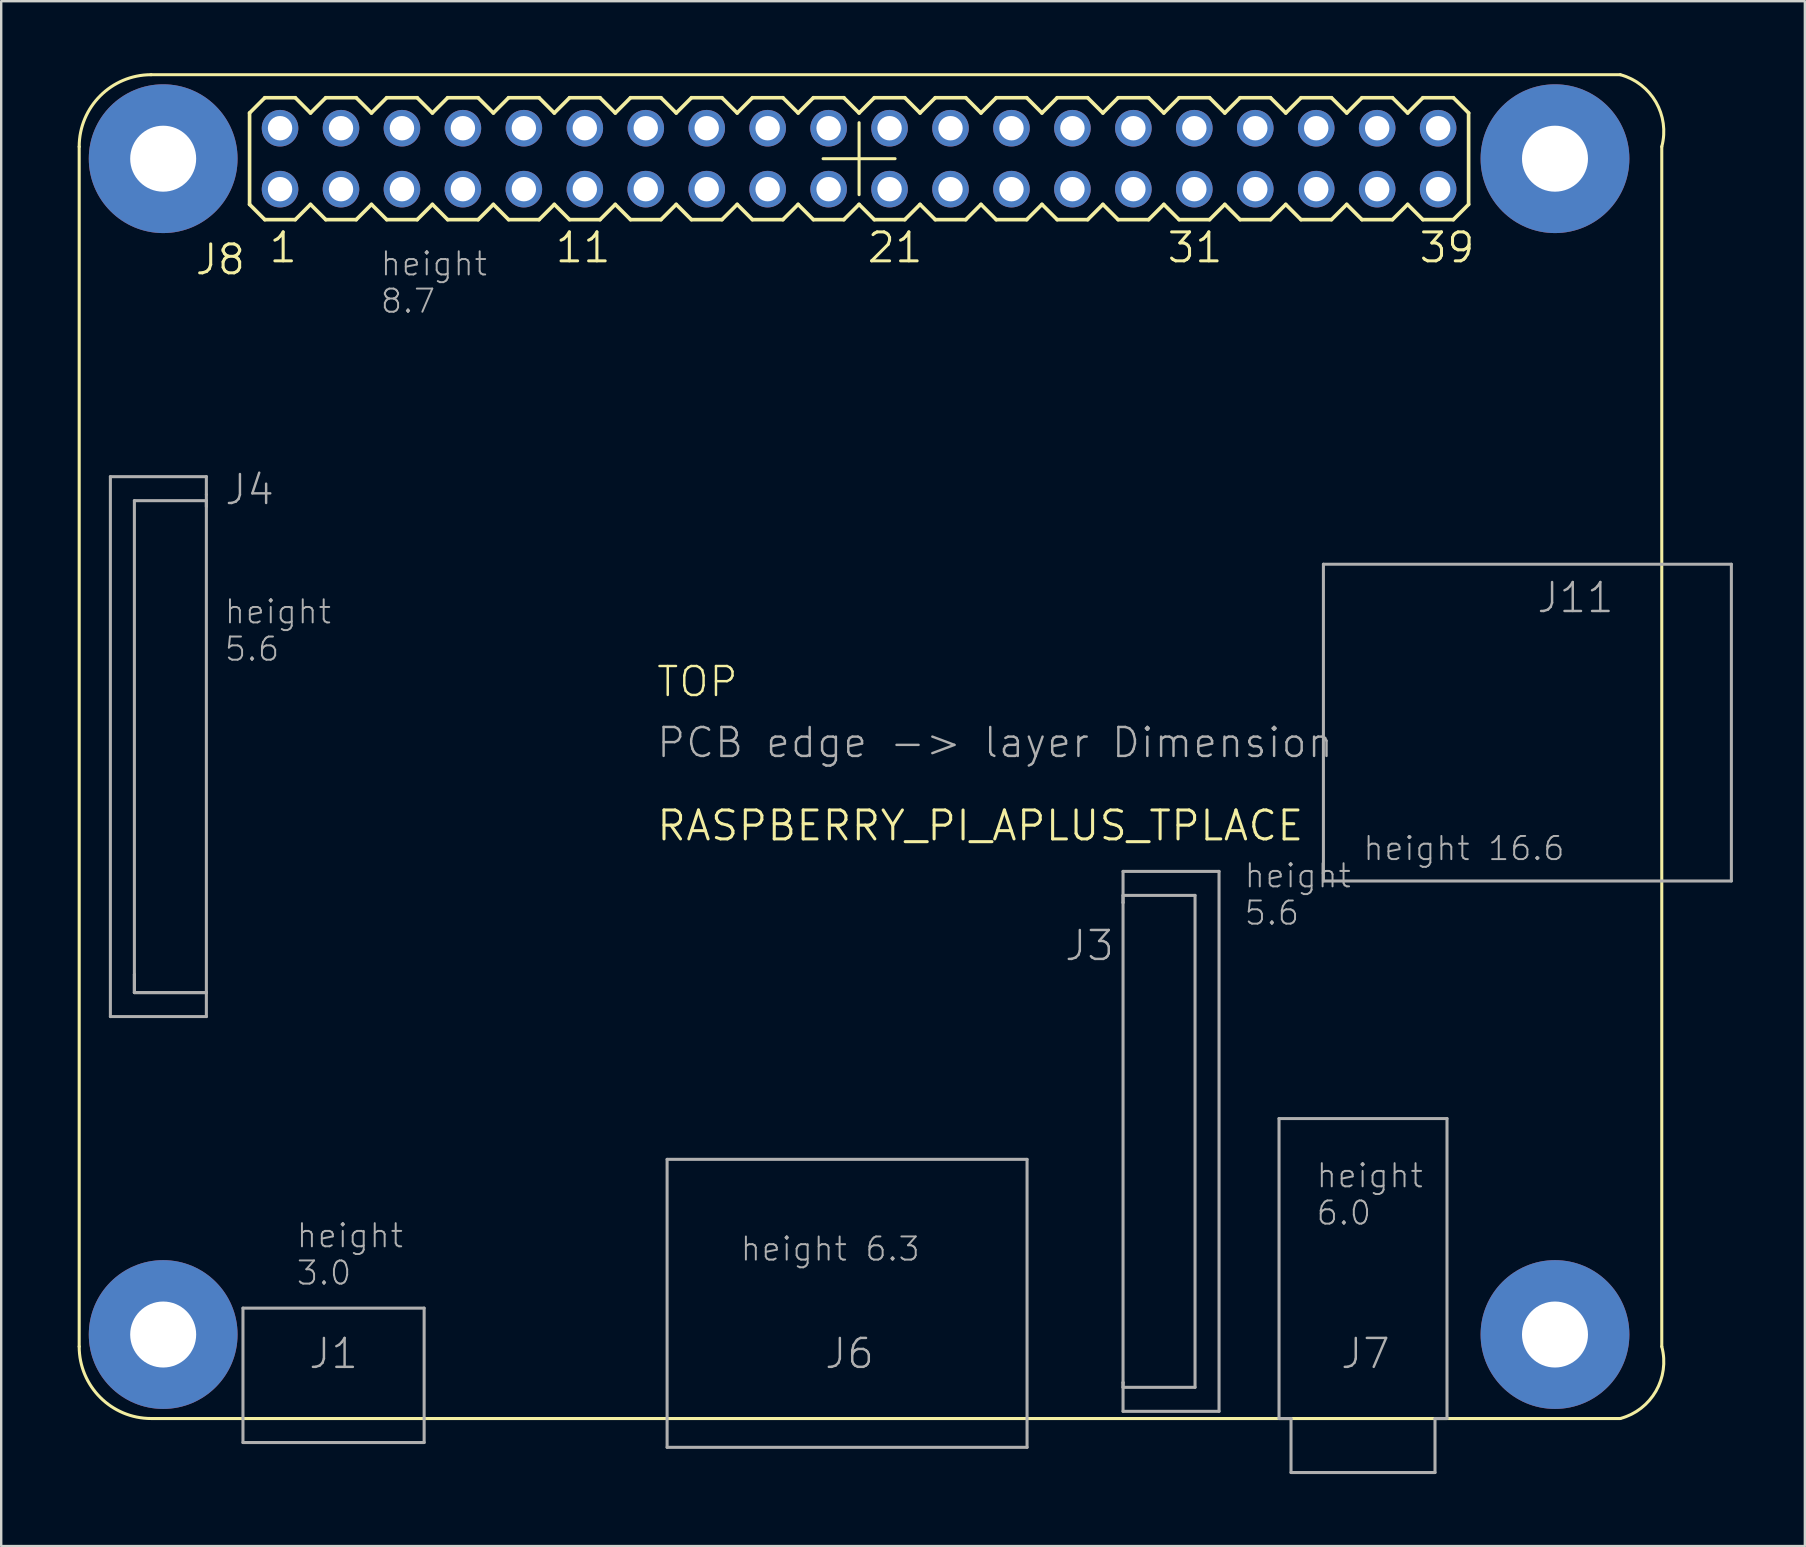
<source format=kicad_pcb>
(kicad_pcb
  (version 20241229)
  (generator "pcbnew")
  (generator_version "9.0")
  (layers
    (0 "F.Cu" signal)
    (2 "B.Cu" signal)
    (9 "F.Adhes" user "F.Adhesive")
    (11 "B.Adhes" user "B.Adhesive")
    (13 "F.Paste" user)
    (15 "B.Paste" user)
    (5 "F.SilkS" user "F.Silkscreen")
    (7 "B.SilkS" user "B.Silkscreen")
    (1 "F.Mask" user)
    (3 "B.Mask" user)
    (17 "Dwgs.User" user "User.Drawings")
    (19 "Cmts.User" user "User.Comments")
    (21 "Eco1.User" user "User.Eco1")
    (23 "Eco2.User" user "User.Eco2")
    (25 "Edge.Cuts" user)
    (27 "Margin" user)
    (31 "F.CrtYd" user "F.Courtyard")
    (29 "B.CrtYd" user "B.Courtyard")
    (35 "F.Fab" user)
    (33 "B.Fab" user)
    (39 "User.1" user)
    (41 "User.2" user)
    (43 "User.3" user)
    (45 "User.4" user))
  (footprint "RASPBERRY_PI_APLUS_TPLACE"
    (layer "F.Cu")
    (at 0.25 56.063)
    (property "Reference" "RASPBERRY_PI_APLUS_TPLACE" (at 24 -24 0) (layer "F.SilkS") (effects (font (size 1.206 1.206) (thickness 0.127)) (justify left bottom)))
    (attr through_hole)
    (fp_line (start 0 -53) (end 0 -3) (stroke (width 0.127) (type solid)) (layer "F.SilkS"))
    (fp_line (start 3 0) (end 64.22 0) (stroke (width 0.127) (type solid)) (layer "F.SilkS"))
    (fp_line (start 7.1 -54.405) (end 7.1 -50.595) (stroke (width 0.152) (type solid)) (layer "F.SilkS"))
    (fp_line (start 7.1 -50.595) (end 7.735 -49.96) (stroke (width 0.152) (type solid)) (layer "F.SilkS"))
    (fp_line (start 7.735 -55.04) (end 7.1 -54.405) (stroke (width 0.152) (type solid)) (layer "F.SilkS"))
    (fp_line (start 7.735 -55.04) (end 9.005 -55.04) (stroke (width 0.152) (type solid)) (layer "F.SilkS"))
    (fp_line (start 9.005 -55.04) (end 9.64 -54.405) (stroke (width 0.152) (type solid)) (layer "F.SilkS"))
    (fp_line (start 9.005 -49.96) (end 7.735 -49.96) (stroke (width 0.152) (type solid)) (layer "F.SilkS"))
    (fp_line (start 9.64 -54.405) (end 10.275 -55.04) (stroke (width 0.152) (type solid)) (layer "F.SilkS"))
    (fp_line (start 9.64 -50.595) (end 9.005 -49.96) (stroke (width 0.152) (type solid)) (layer "F.SilkS"))
    (fp_line (start 10.275 -55.04) (end 11.545 -55.04) (stroke (width 0.152) (type solid)) (layer "F.SilkS"))
    (fp_line (start 10.275 -49.96) (end 9.64 -50.595) (stroke (width 0.152) (type solid)) (layer "F.SilkS"))
    (fp_line (start 11.545 -55.04) (end 12.18 -54.405) (stroke (width 0.152) (type solid)) (layer "F.SilkS"))
    (fp_line (start 11.545 -49.96) (end 10.275 -49.96) (stroke (width 0.152) (type solid)) (layer "F.SilkS"))
    (fp_line (start 12.18 -54.405) (end 12.815 -55.04) (stroke (width 0.152) (type solid)) (layer "F.SilkS"))
    (fp_line (start 12.18 -50.595) (end 11.545 -49.96) (stroke (width 0.152) (type solid)) (layer "F.SilkS"))
    (fp_line (start 12.815 -55.04) (end 14.085 -55.04) (stroke (width 0.152) (type solid)) (layer "F.SilkS"))
    (fp_line (start 12.815 -49.96) (end 12.18 -50.595) (stroke (width 0.152) (type solid)) (layer "F.SilkS"))
    (fp_line (start 14.085 -55.04) (end 14.72 -54.405) (stroke (width 0.152) (type solid)) (layer "F.SilkS"))
    (fp_line (start 14.085 -49.96) (end 12.815 -49.96) (stroke (width 0.152) (type solid)) (layer "F.SilkS"))
    (fp_line (start 14.72 -50.595) (end 14.085 -49.96) (stroke (width 0.152) (type solid)) (layer "F.SilkS"))
    (fp_line (start 14.72 -50.595) (end 15.355 -49.96) (stroke (width 0.152) (type solid)) (layer "F.SilkS"))
    (fp_line (start 15.355 -55.04) (end 14.72 -54.405) (stroke (width 0.152) (type solid)) (layer "F.SilkS"))
    (fp_line (start 15.355 -55.04) (end 16.625 -55.04) (stroke (width 0.152) (type solid)) (layer "F.SilkS"))
    (fp_line (start 16.625 -55.04) (end 17.26 -54.405) (stroke (width 0.152) (type solid)) (layer "F.SilkS"))
    (fp_line (start 16.625 -49.96) (end 15.355 -49.96) (stroke (width 0.152) (type solid)) (layer "F.SilkS"))
    (fp_line (start 17.26 -54.405) (end 17.895 -55.04) (stroke (width 0.152) (type solid)) (layer "F.SilkS"))
    (fp_line (start 17.26 -50.595) (end 16.625 -49.96) (stroke (width 0.152) (type solid)) (layer "F.SilkS"))
    (fp_line (start 17.895 -55.04) (end 19.165 -55.04) (stroke (width 0.152) (type solid)) (layer "F.SilkS"))
    (fp_line (start 17.895 -49.96) (end 17.26 -50.595) (stroke (width 0.152) (type solid)) (layer "F.SilkS"))
    (fp_line (start 19.165 -55.04) (end 19.8 -54.405) (stroke (width 0.152) (type solid)) (layer "F.SilkS"))
    (fp_line (start 19.165 -49.96) (end 17.895 -49.96) (stroke (width 0.152) (type solid)) (layer "F.SilkS"))
    (fp_line (start 19.8 -54.405) (end 20.435 -55.04) (stroke (width 0.152) (type solid)) (layer "F.SilkS"))
    (fp_line (start 19.8 -50.595) (end 19.165 -49.96) (stroke (width 0.152) (type solid)) (layer "F.SilkS"))
    (fp_line (start 20.435 -55.04) (end 21.705 -55.04) (stroke (width 0.152) (type solid)) (layer "F.SilkS"))
    (fp_line (start 20.435 -49.96) (end 19.8 -50.595) (stroke (width 0.152) (type solid)) (layer "F.SilkS"))
    (fp_line (start 21.705 -55.04) (end 22.34 -54.405) (stroke (width 0.152) (type solid)) (layer "F.SilkS"))
    (fp_line (start 21.705 -49.96) (end 20.435 -49.96) (stroke (width 0.152) (type solid)) (layer "F.SilkS"))
    (fp_line (start 22.34 -54.405) (end 22.975 -55.04) (stroke (width 0.152) (type solid)) (layer "F.SilkS"))
    (fp_line (start 22.34 -50.595) (end 21.705 -49.96) (stroke (width 0.152) (type solid)) (layer "F.SilkS"))
    (fp_line (start 22.975 -55.04) (end 24.245 -55.04) (stroke (width 0.152) (type solid)) (layer "F.SilkS"))
    (fp_line (start 22.975 -49.96) (end 22.34 -50.595) (stroke (width 0.152) (type solid)) (layer "F.SilkS"))
    (fp_line (start 24.245 -55.04) (end 24.88 -54.405) (stroke (width 0.152) (type solid)) (layer "F.SilkS"))
    (fp_line (start 24.245 -49.96) (end 22.975 -49.96) (stroke (width 0.152) (type solid)) (layer "F.SilkS"))
    (fp_line (start 24.88 -50.595) (end 24.245 -49.96) (stroke (width 0.152) (type solid)) (layer "F.SilkS"))
    (fp_line (start 24.88 -50.595) (end 25.515 -49.96) (stroke (width 0.152) (type solid)) (layer "F.SilkS"))
    (fp_line (start 25.515 -55.04) (end 24.88 -54.405) (stroke (width 0.152) (type solid)) (layer "F.SilkS"))
    (fp_line (start 25.515 -55.04) (end 26.785 -55.04) (stroke (width 0.152) (type solid)) (layer "F.SilkS"))
    (fp_line (start 26.785 -55.04) (end 27.42 -54.405) (stroke (width 0.152) (type solid)) (layer "F.SilkS"))
    (fp_line (start 26.785 -49.96) (end 25.515 -49.96) (stroke (width 0.152) (type solid)) (layer "F.SilkS"))
    (fp_line (start 27.42 -54.405) (end 28.055 -55.04) (stroke (width 0.152) (type solid)) (layer "F.SilkS"))
    (fp_line (start 27.42 -50.595) (end 26.785 -49.96) (stroke (width 0.152) (type solid)) (layer "F.SilkS"))
    (fp_line (start 28.055 -55.04) (end 29.325 -55.04) (stroke (width 0.152) (type solid)) (layer "F.SilkS"))
    (fp_line (start 28.055 -49.96) (end 27.42 -50.595) (stroke (width 0.152) (type solid)) (layer "F.SilkS"))
    (fp_line (start 29.325 -55.04) (end 29.96 -54.405) (stroke (width 0.152) (type solid)) (layer "F.SilkS"))
    (fp_line (start 29.325 -49.96) (end 28.055 -49.96) (stroke (width 0.152) (type solid)) (layer "F.SilkS"))
    (fp_line (start 29.96 -54.405) (end 30.595 -55.04) (stroke (width 0.152) (type solid)) (layer "F.SilkS"))
    (fp_line (start 29.96 -50.595) (end 29.325 -49.96) (stroke (width 0.152) (type solid)) (layer "F.SilkS"))
    (fp_line (start 30.595 -55.04) (end 31.865 -55.04) (stroke (width 0.152) (type solid)) (layer "F.SilkS"))
    (fp_line (start 30.595 -49.96) (end 29.96 -50.595) (stroke (width 0.152) (type solid)) (layer "F.SilkS"))
    (fp_line (start 31 -52.5) (end 34 -52.5) (stroke (width 0.127) (type solid)) (layer "F.SilkS"))
    (fp_line (start 31.865 -55.04) (end 32.5 -54.405) (stroke (width 0.152) (type solid)) (layer "F.SilkS"))
    (fp_line (start 31.865 -49.96) (end 30.595 -49.96) (stroke (width 0.152) (type solid)) (layer "F.SilkS"))
    (fp_line (start 32.5 -54) (end 32.5 -51) (stroke (width 0.127) (type solid)) (layer "F.SilkS"))
    (fp_line (start 32.5 -50.595) (end 31.865 -49.96) (stroke (width 0.152) (type solid)) (layer "F.SilkS"))
    (fp_line (start 32.5 -50.595) (end 33.135 -49.96) (stroke (width 0.152) (type solid)) (layer "F.SilkS"))
    (fp_line (start 33.135 -55.04) (end 32.5 -54.405) (stroke (width 0.152) (type solid)) (layer "F.SilkS"))
    (fp_line (start 33.135 -55.04) (end 34.405 -55.04) (stroke (width 0.152) (type solid)) (layer "F.SilkS"))
    (fp_line (start 34.405 -55.04) (end 35.04 -54.405) (stroke (width 0.152) (type solid)) (layer "F.SilkS"))
    (fp_line (start 34.405 -49.96) (end 33.135 -49.96) (stroke (width 0.152) (type solid)) (layer "F.SilkS"))
    (fp_line (start 35.04 -54.405) (end 35.675 -55.04) (stroke (width 0.152) (type solid)) (layer "F.SilkS"))
    (fp_line (start 35.04 -50.595) (end 34.405 -49.96) (stroke (width 0.152) (type solid)) (layer "F.SilkS"))
    (fp_line (start 35.675 -55.04) (end 36.945 -55.04) (stroke (width 0.152) (type solid)) (layer "F.SilkS"))
    (fp_line (start 35.675 -49.96) (end 35.04 -50.595) (stroke (width 0.152) (type solid)) (layer "F.SilkS"))
    (fp_line (start 36.945 -55.04) (end 37.58 -54.405) (stroke (width 0.152) (type solid)) (layer "F.SilkS"))
    (fp_line (start 36.945 -49.96) (end 35.675 -49.96) (stroke (width 0.152) (type solid)) (layer "F.SilkS"))
    (fp_line (start 37.58 -54.405) (end 38.215 -55.04) (stroke (width 0.152) (type solid)) (layer "F.SilkS"))
    (fp_line (start 37.58 -50.595) (end 36.945 -49.96) (stroke (width 0.152) (type solid)) (layer "F.SilkS"))
    (fp_line (start 38.215 -55.04) (end 39.485 -55.04) (stroke (width 0.152) (type solid)) (layer "F.SilkS"))
    (fp_line (start 38.215 -49.96) (end 37.58 -50.595) (stroke (width 0.152) (type solid)) (layer "F.SilkS"))
    (fp_line (start 39.485 -55.04) (end 40.12 -54.405) (stroke (width 0.152) (type solid)) (layer "F.SilkS"))
    (fp_line (start 39.485 -49.96) (end 38.215 -49.96) (stroke (width 0.152) (type solid)) (layer "F.SilkS"))
    (fp_line (start 40.12 -54.405) (end 40.755 -55.04) (stroke (width 0.152) (type solid)) (layer "F.SilkS"))
    (fp_line (start 40.12 -50.595) (end 39.485 -49.96) (stroke (width 0.152) (type solid)) (layer "F.SilkS"))
    (fp_line (start 40.755 -55.04) (end 42.025 -55.04) (stroke (width 0.152) (type solid)) (layer "F.SilkS"))
    (fp_line (start 40.755 -49.96) (end 40.12 -50.595) (stroke (width 0.152) (type solid)) (layer "F.SilkS"))
    (fp_line (start 42.025 -55.04) (end 42.66 -54.405) (stroke (width 0.152) (type solid)) (layer "F.SilkS"))
    (fp_line (start 42.025 -49.96) (end 40.755 -49.96) (stroke (width 0.152) (type solid)) (layer "F.SilkS"))
    (fp_line (start 42.66 -50.595) (end 42.025 -49.96) (stroke (width 0.152) (type solid)) (layer "F.SilkS"))
    (fp_line (start 42.66 -50.595) (end 43.295 -49.96) (stroke (width 0.152) (type solid)) (layer "F.SilkS"))
    (fp_line (start 43.295 -55.04) (end 42.66 -54.405) (stroke (width 0.152) (type solid)) (layer "F.SilkS"))
    (fp_line (start 43.295 -55.04) (end 44.565 -55.04) (stroke (width 0.152) (type solid)) (layer "F.SilkS"))
    (fp_line (start 44.565 -55.04) (end 45.2 -54.405) (stroke (width 0.152) (type solid)) (layer "F.SilkS"))
    (fp_line (start 44.565 -49.96) (end 43.295 -49.96) (stroke (width 0.152) (type solid)) (layer "F.SilkS"))
    (fp_line (start 45.2 -54.405) (end 45.835 -55.04) (stroke (width 0.152) (type solid)) (layer "F.SilkS"))
    (fp_line (start 45.2 -50.595) (end 44.565 -49.96) (stroke (width 0.152) (type solid)) (layer "F.SilkS"))
    (fp_line (start 45.835 -55.04) (end 47.105 -55.04) (stroke (width 0.152) (type solid)) (layer "F.SilkS"))
    (fp_line (start 45.835 -49.96) (end 45.2 -50.595) (stroke (width 0.152) (type solid)) (layer "F.SilkS"))
    (fp_line (start 47.105 -55.04) (end 47.74 -54.405) (stroke (width 0.152) (type solid)) (layer "F.SilkS"))
    (fp_line (start 47.105 -49.96) (end 45.835 -49.96) (stroke (width 0.152) (type solid)) (layer "F.SilkS"))
    (fp_line (start 47.74 -54.405) (end 48.375 -55.04) (stroke (width 0.152) (type solid)) (layer "F.SilkS"))
    (fp_line (start 47.74 -50.595) (end 47.105 -49.96) (stroke (width 0.152) (type solid)) (layer "F.SilkS"))
    (fp_line (start 48.375 -55.04) (end 49.645 -55.04) (stroke (width 0.152) (type solid)) (layer "F.SilkS"))
    (fp_line (start 48.375 -49.96) (end 47.74 -50.595) (stroke (width 0.152) (type solid)) (layer "F.SilkS"))
    (fp_line (start 49.645 -55.04) (end 50.28 -54.405) (stroke (width 0.152) (type solid)) (layer "F.SilkS"))
    (fp_line (start 49.645 -49.96) (end 48.375 -49.96) (stroke (width 0.152) (type solid)) (layer "F.SilkS"))
    (fp_line (start 50.28 -50.595) (end 49.645 -49.96) (stroke (width 0.152) (type solid)) (layer "F.SilkS"))
    (fp_line (start 50.28 -50.595) (end 50.915 -49.96) (stroke (width 0.152) (type solid)) (layer "F.SilkS"))
    (fp_line (start 50.915 -55.04) (end 50.28 -54.405) (stroke (width 0.152) (type solid)) (layer "F.SilkS"))
    (fp_line (start 50.915 -55.04) (end 52.185 -55.04) (stroke (width 0.152) (type solid)) (layer "F.SilkS"))
    (fp_line (start 52.185 -55.04) (end 52.82 -54.405) (stroke (width 0.152) (type solid)) (layer "F.SilkS"))
    (fp_line (start 52.185 -49.96) (end 50.915 -49.96) (stroke (width 0.152) (type solid)) (layer "F.SilkS"))
    (fp_line (start 52.82 -54.405) (end 53.455 -55.04) (stroke (width 0.152) (type solid)) (layer "F.SilkS"))
    (fp_line (start 52.82 -50.595) (end 52.185 -49.96) (stroke (width 0.152) (type solid)) (layer "F.SilkS"))
    (fp_line (start 53.455 -55.04) (end 54.725 -55.04) (stroke (width 0.152) (type solid)) (layer "F.SilkS"))
    (fp_line (start 53.455 -49.96) (end 52.82 -50.595) (stroke (width 0.152) (type solid)) (layer "F.SilkS"))
    (fp_line (start 54.725 -55.04) (end 55.36 -54.405) (stroke (width 0.152) (type solid)) (layer "F.SilkS"))
    (fp_line (start 54.725 -49.96) (end 53.455 -49.96) (stroke (width 0.152) (type solid)) (layer "F.SilkS"))
    (fp_line (start 55.36 -54.405) (end 55.995 -55.04) (stroke (width 0.152) (type solid)) (layer "F.SilkS"))
    (fp_line (start 55.36 -50.595) (end 54.725 -49.96) (stroke (width 0.152) (type solid)) (layer "F.SilkS"))
    (fp_line (start 55.995 -55.04) (end 57.265 -55.04) (stroke (width 0.152) (type solid)) (layer "F.SilkS"))
    (fp_line (start 55.995 -49.96) (end 55.36 -50.595) (stroke (width 0.152) (type solid)) (layer "F.SilkS"))
    (fp_line (start 57.265 -55.04) (end 57.9 -54.405) (stroke (width 0.152) (type solid)) (layer "F.SilkS"))
    (fp_line (start 57.265 -49.96) (end 55.995 -49.96) (stroke (width 0.152) (type solid)) (layer "F.SilkS"))
    (fp_line (start 57.9 -54.405) (end 57.9 -50.595) (stroke (width 0.152) (type solid)) (layer "F.SilkS"))
    (fp_line (start 57.9 -50.595) (end 57.265 -49.96) (stroke (width 0.152) (type solid)) (layer "F.SilkS"))
    (fp_line (start 64.22 -56) (end 3 -56) (stroke (width 0.127) (type solid)) (layer "F.SilkS"))
    (fp_line (start 65.95 -3) (end 65.95 -53) (stroke (width 0.127) (type solid)) (layer "F.SilkS"))
    (fp_arc (start 0 -53) (mid 0.87868 -55.12132) (end 3 -56) (stroke (width 0.127) (type solid)) (layer "F.SilkS"))
    (fp_arc (start 3 0) (mid 0.87868 -0.87868) (end 0 -3) (stroke (width 0.127) (type solid)) (layer "F.SilkS"))
    (fp_arc (start 64.22 -56) (mid 65.70632 -54.858295) (end 65.95 -53) (stroke (width 0.127) (type solid)) (layer "F.SilkS"))
    (fp_arc (start 65.95 -3) (mid 65.70632 -1.141705) (end 64.22 0) (stroke (width 0.127) (type solid)) (layer "F.SilkS"))
    (fp_line (start 1.3 -39.25) (end 5.3 -39.25) (stroke (width 0.127) (type solid)) (layer "F.Fab"))
    (fp_line (start 1.3 -16.75) (end 1.3 -39.25) (stroke (width 0.127) (type solid)) (layer "F.Fab"))
    (fp_line (start 2.3 -38.25) (end 2.3 -18.5) (stroke (width 0.127) (type solid)) (layer "F.Fab"))
    (fp_line (start 2.3 -18.5) (end 2.3 -17.75) (stroke (width 0.127) (type solid)) (layer "F.Fab"))
    (fp_line (start 2.3 -18.5) (end 2.3 -17.75) (stroke (width 0.127) (type solid)) (layer "F.Fab"))
    (fp_line (start 2.3 -17.75) (end 5.3 -17.75) (stroke (width 0.127) (type solid)) (layer "F.Fab"))
    (fp_line (start 2.3 -17.75) (end 5.3 -17.75) (stroke (width 0.127) (type solid)) (layer "F.Fab"))
    (fp_line (start 5.3 -39.25) (end 5.3 -38.5) (stroke (width 0.127) (type solid)) (layer "F.Fab"))
    (fp_line (start 5.3 -38.5) (end 5.3 -38) (stroke (width 0.127) (type solid)) (layer "F.Fab"))
    (fp_line (start 5.3 -38.25) (end 2.3 -38.25) (stroke (width 0.127) (type solid)) (layer "F.Fab"))
    (fp_line (start 5.3 -17.75) (end 5.3 -38.25) (stroke (width 0.127) (type solid)) (layer "F.Fab"))
    (fp_line (start 5.3 -17.75) (end 5.3 -16.75) (stroke (width 0.127) (type solid)) (layer "F.Fab"))
    (fp_line (start 5.3 -16.75) (end 1.3 -16.75) (stroke (width 0.127) (type solid)) (layer "F.Fab"))
    (fp_line (start 6.825 -4.6) (end 6.825 1) (stroke (width 0.127) (type solid)) (layer "F.Fab"))
    (fp_line (start 6.825 1) (end 14.375 1) (stroke (width 0.127) (type solid)) (layer "F.Fab"))
    (fp_line (start 14.375 -4.6) (end 6.825 -4.6) (stroke (width 0.127) (type solid)) (layer "F.Fab"))
    (fp_line (start 14.375 1) (end 14.375 -4.6) (stroke (width 0.127) (type solid)) (layer "F.Fab"))
    (fp_line (start 24.5 -10.8) (end 24.5 1.2) (stroke (width 0.127) (type solid)) (layer "F.Fab"))
    (fp_line (start 24.5 1.2) (end 39.5 1.2) (stroke (width 0.127) (type solid)) (layer "F.Fab"))
    (fp_line (start 39.5 -10.8) (end 24.5 -10.8) (stroke (width 0.127) (type solid)) (layer "F.Fab"))
    (fp_line (start 39.5 1.2) (end 39.5 -10.8) (stroke (width 0.127) (type solid)) (layer "F.Fab"))
    (fp_line (start 43.5 -22.8) (end 43.5 -21.5) (stroke (width 0.127) (type solid)) (layer "F.Fab"))
    (fp_line (start 43.5 -21.8) (end 43.5 -21.5) (stroke (width 0.127) (type solid)) (layer "F.Fab"))
    (fp_line (start 43.5 -21.5) (end 43.5 -1.5) (stroke (width 0.127) (type solid)) (layer "F.Fab"))
    (fp_line (start 43.5 -1.5) (end 43.5 -1.3) (stroke (width 0.127) (type solid)) (layer "F.Fab"))
    (fp_line (start 43.5 -1.5) (end 43.5 -0.3) (stroke (width 0.127) (type solid)) (layer "F.Fab"))
    (fp_line (start 43.5 -1.3) (end 46.5 -1.3) (stroke (width 0.127) (type solid)) (layer "F.Fab"))
    (fp_line (start 43.5 -0.3) (end 47.5 -0.3) (stroke (width 0.127) (type solid)) (layer "F.Fab"))
    (fp_line (start 46.5 -21.8) (end 43.5 -21.8) (stroke (width 0.127) (type solid)) (layer "F.Fab"))
    (fp_line (start 46.5 -1.3) (end 46.5 -21.8) (stroke (width 0.127) (type solid)) (layer "F.Fab"))
    (fp_line (start 47.5 -22.8) (end 43.5 -22.8) (stroke (width 0.127) (type solid)) (layer "F.Fab"))
    (fp_line (start 47.5 -0.3) (end 47.5 -22.8) (stroke (width 0.127) (type solid)) (layer "F.Fab"))
    (fp_line (start 50 -12.5) (end 50 0) (stroke (width 0.127) (type solid)) (layer "F.Fab"))
    (fp_line (start 50 0) (end 50.5 0) (stroke (width 0.127) (type solid)) (layer "F.Fab"))
    (fp_line (start 50.5 0) (end 50.5 2.25) (stroke (width 0.127) (type solid)) (layer "F.Fab"))
    (fp_line (start 50.5 2.25) (end 56.5 2.25) (stroke (width 0.127) (type solid)) (layer "F.Fab"))
    (fp_line (start 51.85 -35.6) (end 51.85 -22.4) (stroke (width 0.127) (type solid)) (layer "F.Fab"))
    (fp_line (start 51.85 -22.4) (end 68.85 -22.4) (stroke (width 0.127) (type solid)) (layer "F.Fab"))
    (fp_line (start 56.5 0) (end 57 0) (stroke (width 0.127) (type solid)) (layer "F.Fab"))
    (fp_line (start 56.5 2.25) (end 56.5 0) (stroke (width 0.127) (type solid)) (layer "F.Fab"))
    (fp_line (start 57 -12.5) (end 50 -12.5) (stroke (width 0.127) (type solid)) (layer "F.Fab"))
    (fp_line (start 57 0) (end 57 -12.5) (stroke (width 0.127) (type solid)) (layer "F.Fab"))
    (fp_line (start 68.85 -35.6) (end 51.85 -35.6) (stroke (width 0.127) (type solid)) (layer "F.Fab"))
    (fp_line (start 68.85 -22.4) (end 68.85 -35.6) (stroke (width 0.127) (type solid)) (layer "F.Fab"))
    (fp_text user "39" (at 57 -49.5 0) (layer "F.SilkS") (effects (font (size 1.206 1.206) (thickness 0.127)) (justify top)))
    (fp_text user "J8" (at 7 -49 0) (layer "F.SilkS") (effects (font (size 1.206 1.206) (thickness 0.127)) (justify right top)))
    (fp_text user "21" (at 34 -49.5 0) (layer "F.SilkS") (effects (font (size 1.206 1.206) (thickness 0.127)) (justify top)))
    (fp_text user "11" (at 21 -49.5 0) (layer "F.SilkS") (effects (font (size 1.206 1.206) (thickness 0.127)) (justify top)))
    (fp_text user "31" (at 46.5 -49.5 0) (layer "F.SilkS") (effects (font (size 1.206 1.206) (thickness 0.127)) (justify top)))
    (fp_text user "TOP" (at 24 -30 0) (layer "F.SilkS") (effects (font (size 1.206 1.206) (thickness 0.102)) (justify left bottom)))
    (fp_text user "1" (at 8.5 -49.5 0) (layer "F.SilkS") (effects (font (size 1.206 1.206) (thickness 0.127)) (justify top)))
    (fp_text user "height\n3.0" (at 9 -5.5 0) (layer "F.Fab") (effects (font (size 0.965 0.965) (thickness 0.081)) (justify left bottom)))
    (fp_text user "J4" (at 6 -38 0) (layer "F.Fab") (effects (font (size 1.206 1.206) (thickness 0.102)) (justify left bottom)))
    (fp_text user "J1" (at 9.5 -2 0) (layer "F.Fab") (effects (font (size 1.206 1.206) (thickness 0.102)) (justify left bottom)))
    (fp_text user "height 16.6" (at 53.45 -23.19 0) (layer "F.Fab") (effects (font (size 0.965 0.965) (thickness 0.081)) (justify left bottom)))
    (fp_text user "height\n8.7" (at 12.5 -46 0) (layer "F.Fab") (effects (font (size 0.965 0.965) (thickness 0.081)) (justify left bottom)))
    (fp_text user "J3" (at 41 -19 0) (layer "F.Fab") (effects (font (size 1.206 1.206) (thickness 0.102)) (justify left bottom)))
    (fp_text user "J6" (at 31 -2 0) (layer "F.Fab") (effects (font (size 1.206 1.206) (thickness 0.102)) (justify left bottom)))
    (fp_text user "PCB edge -> layer Dimension" (at 24 -27.46 0) (layer "F.Fab") (effects (font (size 1.206 1.206) (thickness 0.102)) (justify left bottom)))
    (fp_text user "height\n6.0" (at 51.5 -8 0) (layer "F.Fab") (effects (font (size 0.965 0.965) (thickness 0.081)) (justify left bottom)))
    (fp_text user "height\n5.6" (at 48.5 -20.5 0) (layer "F.Fab") (effects (font (size 0.965 0.965) (thickness 0.081)) (justify left bottom)))
    (fp_text user "height 6.3" (at 27.5 -6.5 0) (layer "F.Fab") (effects (font (size 0.965 0.965) (thickness 0.081)) (justify left bottom)))
    (fp_text user "J7" (at 52.5 -2 0) (layer "F.Fab") (effects (font (size 1.206 1.206) (thickness 0.102)) (justify left bottom)))
    (fp_text user "J11" (at 60.68 -33.5 0) (layer "F.Fab") (effects (font (size 1.206 1.206) (thickness 0.102)) (justify left bottom)))
    (fp_text user "height\n5.6" (at 6 -31.5 0) (layer "F.Fab") (effects (font (size 0.965 0.965) (thickness 0.081)) (justify left bottom)))
    (pad "1" thru_hole circle (at 8.37 -51.23) (size 1.524 1.524) (drill 1.016) (layers "*.Cu" "*.Mask"))
    (pad "2" thru_hole circle (at 8.37 -53.77) (size 1.524 1.524) (drill 1.016) (layers "*.Cu" "*.Mask"))
    (pad "3" thru_hole circle (at 10.91 -51.23) (size 1.524 1.524) (drill 1.016) (layers "*.Cu" "*.Mask"))
    (pad "4" thru_hole circle (at 10.91 -53.77) (size 1.524 1.524) (drill 1.016) (layers "*.Cu" "*.Mask"))
    (pad "5" thru_hole circle (at 13.45 -51.23) (size 1.524 1.524) (drill 1.016) (layers "*.Cu" "*.Mask"))
    (pad "6" thru_hole circle (at 13.45 -53.77) (size 1.524 1.524) (drill 1.016) (layers "*.Cu" "*.Mask"))
    (pad "7" thru_hole circle (at 15.99 -51.23) (size 1.524 1.524) (drill 1.016) (layers "*.Cu" "*.Mask"))
    (pad "8" thru_hole circle (at 15.99 -53.77) (size 1.524 1.524) (drill 1.016) (layers "*.Cu" "*.Mask"))
    (pad "9" thru_hole circle (at 18.53 -51.23) (size 1.524 1.524) (drill 1.016) (layers "*.Cu" "*.Mask"))
    (pad "10" thru_hole circle (at 18.53 -53.77) (size 1.524 1.524) (drill 1.016) (layers "*.Cu" "*.Mask"))
    (pad "11" thru_hole circle (at 21.07 -51.23) (size 1.524 1.524) (drill 1.016) (layers "*.Cu" "*.Mask"))
    (pad "12" thru_hole circle (at 21.07 -53.77) (size 1.524 1.524) (drill 1.016) (layers "*.Cu" "*.Mask"))
    (pad "13" thru_hole circle (at 23.61 -51.23) (size 1.524 1.524) (drill 1.016) (layers "*.Cu" "*.Mask"))
    (pad "14" thru_hole circle (at 23.61 -53.77) (size 1.524 1.524) (drill 1.016) (layers "*.Cu" "*.Mask"))
    (pad "15" thru_hole circle (at 26.15 -51.23) (size 1.524 1.524) (drill 1.016) (layers "*.Cu" "*.Mask"))
    (pad "16" thru_hole circle (at 26.15 -53.77) (size 1.524 1.524) (drill 1.016) (layers "*.Cu" "*.Mask"))
    (pad "17" thru_hole circle (at 28.69 -51.23) (size 1.524 1.524) (drill 1.016) (layers "*.Cu" "*.Mask"))
    (pad "18" thru_hole circle (at 28.69 -53.77) (size 1.524 1.524) (drill 1.016) (layers "*.Cu" "*.Mask"))
    (pad "19" thru_hole circle (at 31.23 -51.23) (size 1.524 1.524) (drill 1.016) (layers "*.Cu" "*.Mask"))
    (pad "20" thru_hole circle (at 31.23 -53.77) (size 1.524 1.524) (drill 1.016) (layers "*.Cu" "*.Mask"))
    (pad "21" thru_hole circle (at 33.77 -51.23) (size 1.524 1.524) (drill 1.016) (layers "*.Cu" "*.Mask"))
    (pad "22" thru_hole circle (at 33.77 -53.77) (size 1.524 1.524) (drill 1.016) (layers "*.Cu" "*.Mask"))
    (pad "23" thru_hole circle (at 36.31 -51.23) (size 1.524 1.524) (drill 1.016) (layers "*.Cu" "*.Mask"))
    (pad "24" thru_hole circle (at 36.31 -53.77) (size 1.524 1.524) (drill 1.016) (layers "*.Cu" "*.Mask"))
    (pad "25" thru_hole circle (at 38.85 -51.23) (size 1.524 1.524) (drill 1.016) (layers "*.Cu" "*.Mask"))
    (pad "26" thru_hole circle (at 38.85 -53.77) (size 1.524 1.524) (drill 1.016) (layers "*.Cu" "*.Mask"))
    (pad "27" thru_hole circle (at 41.39 -51.23) (size 1.524 1.524) (drill 1.016) (layers "*.Cu" "*.Mask"))
    (pad "28" thru_hole circle (at 41.39 -53.77) (size 1.524 1.524) (drill 1.016) (layers "*.Cu" "*.Mask"))
    (pad "29" thru_hole circle (at 43.93 -51.23) (size 1.524 1.524) (drill 1.016) (layers "*.Cu" "*.Mask"))
    (pad "30" thru_hole circle (at 43.93 -53.77) (size 1.524 1.524) (drill 1.016) (layers "*.Cu" "*.Mask"))
    (pad "31" thru_hole circle (at 46.47 -51.23) (size 1.524 1.524) (drill 1.016) (layers "*.Cu" "*.Mask"))
    (pad "32" thru_hole circle (at 46.47 -53.77) (size 1.524 1.524) (drill 1.016) (layers "*.Cu" "*.Mask"))
    (pad "33" thru_hole circle (at 49.01 -51.23) (size 1.524 1.524) (drill 1.016) (layers "*.Cu" "*.Mask"))
    (pad "34" thru_hole circle (at 49.01 -53.77) (size 1.524 1.524) (drill 1.016) (layers "*.Cu" "*.Mask"))
    (pad "35" thru_hole circle (at 51.55 -51.23) (size 1.524 1.524) (drill 1.016) (layers "*.Cu" "*.Mask"))
    (pad "36" thru_hole circle (at 51.55 -53.77) (size 1.524 1.524) (drill 1.016) (layers "*.Cu" "*.Mask"))
    (pad "37" thru_hole circle (at 54.09 -51.23) (size 1.524 1.524) (drill 1.016) (layers "*.Cu" "*.Mask"))
    (pad "38" thru_hole circle (at 54.09 -53.77) (size 1.524 1.524) (drill 1.016) (layers "*.Cu" "*.Mask"))
    (pad "39" thru_hole circle (at 56.63 -51.23) (size 1.524 1.524) (drill 1.016) (layers "*.Cu" "*.Mask"))
    (pad "40" thru_hole circle (at 56.63 -53.77) (size 1.524 1.524) (drill 1.016) (layers "*.Cu" "*.Mask"))
    (pad "PE_BL" thru_hole circle (at 3.5 -3.5) (size 6.2 6.2) (drill 2.75) (layers "*.Cu" "*.Mask"))
    (pad "PE_BR" thru_hole circle (at 61.5 -3.5) (size 6.2 6.2) (drill 2.75) (layers "*.Cu" "*.Mask"))
    (pad "PE_TL" thru_hole circle (at 3.5 -52.5) (size 6.2 6.2) (drill 2.75) (layers "*.Cu" "*.Mask"))
    (pad "PE_TR" thru_hole circle (at 61.5 -52.5) (size 6.2 6.2) (drill 2.75) (layers "*.Cu" "*.Mask")))
  (gr_rect
    (start -3 -3)
    (end 72.163 61.377)
    (stroke (width 0.1) (type default))
    (fill no)
    (layer "Edge.Cuts")))
</source>
